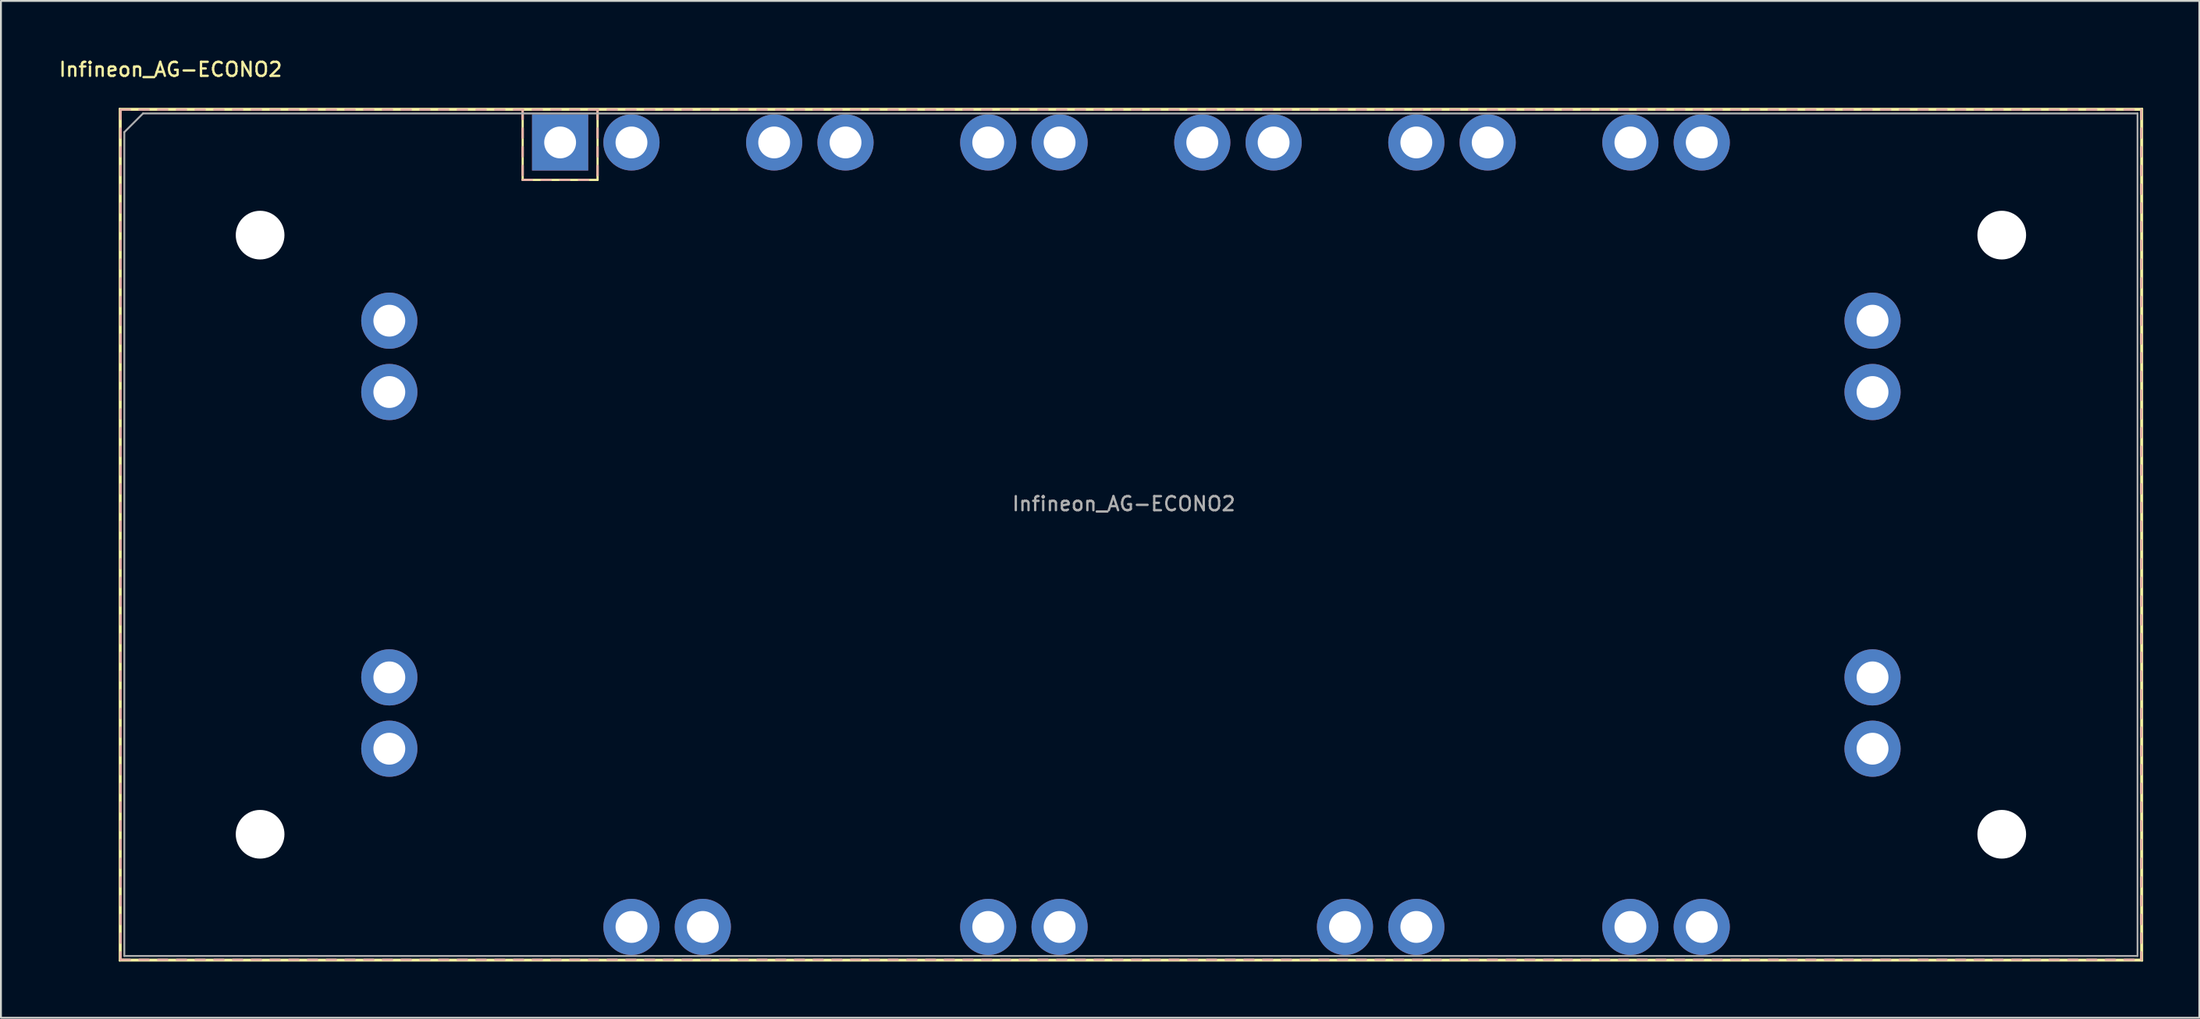
<source format=kicad_pcb>
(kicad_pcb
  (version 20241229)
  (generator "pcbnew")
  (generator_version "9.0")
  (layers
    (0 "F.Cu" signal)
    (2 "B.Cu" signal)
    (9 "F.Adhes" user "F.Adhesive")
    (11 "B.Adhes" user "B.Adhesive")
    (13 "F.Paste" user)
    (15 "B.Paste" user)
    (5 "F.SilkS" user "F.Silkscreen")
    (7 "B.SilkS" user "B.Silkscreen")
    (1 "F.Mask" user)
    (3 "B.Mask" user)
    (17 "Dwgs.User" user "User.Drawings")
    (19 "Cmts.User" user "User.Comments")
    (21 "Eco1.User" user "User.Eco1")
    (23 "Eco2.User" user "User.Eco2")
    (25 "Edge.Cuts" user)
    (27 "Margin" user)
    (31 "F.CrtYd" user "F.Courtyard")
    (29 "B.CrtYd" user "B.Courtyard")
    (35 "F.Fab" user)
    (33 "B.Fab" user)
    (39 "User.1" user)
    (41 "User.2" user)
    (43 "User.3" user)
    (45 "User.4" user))
  (footprint "Infineon_AG-ECONO2"
    (layer "F.Cu")
    (at 26.859 4.558)
    (property "Reference" "Infineon_AG-ECONO2" (at -20.8 -3.9 0) (layer "F.SilkS") (effects (font (size 0.75 0.75) (thickness 0.125))))
    (attr through_hole)
    (fp_line (start -23.52 -1.8) (end 84.48 -1.8) (stroke (width 0.1) (type solid)) (layer "F.SilkS"))
    (fp_line (start -23.52 43.7) (end -23.52 -1.8) (stroke (width 0.1) (type solid)) (layer "F.SilkS"))
    (fp_line (start -23.47 -1.75) (end 84.43 -1.75) (stroke (width 0.12) (type solid)) (layer "F.SilkS"))
    (fp_line (start -23.47 43.65) (end -23.47 -1.75) (stroke (width 0.12) (type solid)) (layer "F.SilkS"))
    (fp_line (start -2 2) (end -2 -1.75) (stroke (width 0.12) (type solid)) (layer "F.SilkS"))
    (fp_line (start 2 -1.75) (end 2 1.75) (stroke (width 0.12) (type solid)) (layer "F.SilkS"))
    (fp_line (start 2 1.75) (end 2 2) (stroke (width 0.12) (type solid)) (layer "F.SilkS"))
    (fp_line (start 2 2) (end -2 2) (stroke (width 0.12) (type solid)) (layer "F.SilkS"))
    (fp_line (start 84.43 -1.75) (end 84.43 43.65) (stroke (width 0.12) (type solid)) (layer "F.SilkS"))
    (fp_line (start 84.43 43.65) (end -23.47 43.65) (stroke (width 0.12) (type solid)) (layer "F.SilkS"))
    (fp_line (start 84.48 -1.8) (end 84.48 43.7) (stroke (width 0.1) (type solid)) (layer "F.SilkS"))
    (fp_line (start 84.48 43.7) (end -23.52 43.7) (stroke (width 0.1) (type solid)) (layer "F.SilkS"))
    (fp_line (start -23.47 -1.75) (end -23.47 -1.25) (stroke (width 0.12) (type solid)) (layer "B.SilkS"))
    (fp_line (start -23.47 -1.75) (end -22.97 -1.75) (stroke (width 0.12) (type solid)) (layer "B.SilkS"))
    (fp_line (start -23.47 -0.75) (end -23.47 -0.25) (stroke (width 0.12) (type solid)) (layer "B.SilkS"))
    (fp_line (start -23.47 0.25) (end -23.47 0.75) (stroke (width 0.12) (type solid)) (layer "B.SilkS"))
    (fp_line (start -23.47 1.25) (end -23.47 1.75) (stroke (width 0.12) (type solid)) (layer "B.SilkS"))
    (fp_line (start -23.47 2.25) (end -23.47 2.75) (stroke (width 0.12) (type solid)) (layer "B.SilkS"))
    (fp_line (start -23.47 3.25) (end -23.47 3.75) (stroke (width 0.12) (type solid)) (layer "B.SilkS"))
    (fp_line (start -23.47 4.25) (end -23.47 4.75) (stroke (width 0.12) (type solid)) (layer "B.SilkS"))
    (fp_line (start -23.47 5.25) (end -23.47 5.75) (stroke (width 0.12) (type solid)) (layer "B.SilkS"))
    (fp_line (start -23.47 6.25) (end -23.47 6.75) (stroke (width 0.12) (type solid)) (layer "B.SilkS"))
    (fp_line (start -23.47 7.25) (end -23.47 7.75) (stroke (width 0.12) (type solid)) (layer "B.SilkS"))
    (fp_line (start -23.47 8.25) (end -23.47 8.75) (stroke (width 0.12) (type solid)) (layer "B.SilkS"))
    (fp_line (start -23.47 9.25) (end -23.47 9.75) (stroke (width 0.12) (type solid)) (layer "B.SilkS"))
    (fp_line (start -23.47 10.25) (end -23.47 10.75) (stroke (width 0.12) (type solid)) (layer "B.SilkS"))
    (fp_line (start -23.47 11.25) (end -23.47 11.75) (stroke (width 0.12) (type solid)) (layer "B.SilkS"))
    (fp_line (start -23.47 12.25) (end -23.47 12.75) (stroke (width 0.12) (type solid)) (layer "B.SilkS"))
    (fp_line (start -23.47 13.25) (end -23.47 13.75) (stroke (width 0.12) (type solid)) (layer "B.SilkS"))
    (fp_line (start -23.47 14.25) (end -23.47 14.75) (stroke (width 0.12) (type solid)) (layer "B.SilkS"))
    (fp_line (start -23.47 15.25) (end -23.47 15.75) (stroke (width 0.12) (type solid)) (layer "B.SilkS"))
    (fp_line (start -23.47 16.25) (end -23.47 16.75) (stroke (width 0.12) (type solid)) (layer "B.SilkS"))
    (fp_line (start -23.47 17.25) (end -23.47 17.75) (stroke (width 0.12) (type solid)) (layer "B.SilkS"))
    (fp_line (start -23.47 18.25) (end -23.47 18.75) (stroke (width 0.12) (type solid)) (layer "B.SilkS"))
    (fp_line (start -23.47 19.25) (end -23.47 19.75) (stroke (width 0.12) (type solid)) (layer "B.SilkS"))
    (fp_line (start -23.47 20.25) (end -23.47 20.75) (stroke (width 0.12) (type solid)) (layer "B.SilkS"))
    (fp_line (start -23.47 21.25) (end -23.47 21.75) (stroke (width 0.12) (type solid)) (layer "B.SilkS"))
    (fp_line (start -23.47 22.25) (end -23.47 22.75) (stroke (width 0.12) (type solid)) (layer "B.SilkS"))
    (fp_line (start -23.47 23.25) (end -23.47 23.75) (stroke (width 0.12) (type solid)) (layer "B.SilkS"))
    (fp_line (start -23.47 24.25) (end -23.47 24.75) (stroke (width 0.12) (type solid)) (layer "B.SilkS"))
    (fp_line (start -23.47 25.25) (end -23.47 25.75) (stroke (width 0.12) (type solid)) (layer "B.SilkS"))
    (fp_line (start -23.47 26.25) (end -23.47 26.75) (stroke (width 0.12) (type solid)) (layer "B.SilkS"))
    (fp_line (start -23.47 27.25) (end -23.47 27.75) (stroke (width 0.12) (type solid)) (layer "B.SilkS"))
    (fp_line (start -23.47 28.25) (end -23.47 28.75) (stroke (width 0.12) (type solid)) (layer "B.SilkS"))
    (fp_line (start -23.47 29.25) (end -23.47 29.75) (stroke (width 0.12) (type solid)) (layer "B.SilkS"))
    (fp_line (start -23.47 30.25) (end -23.47 30.75) (stroke (width 0.12) (type solid)) (layer "B.SilkS"))
    (fp_line (start -23.47 31.25) (end -23.47 31.75) (stroke (width 0.12) (type solid)) (layer "B.SilkS"))
    (fp_line (start -23.47 32.25) (end -23.47 32.75) (stroke (width 0.12) (type solid)) (layer "B.SilkS"))
    (fp_line (start -23.47 33.25) (end -23.47 33.75) (stroke (width 0.12) (type solid)) (layer "B.SilkS"))
    (fp_line (start -23.47 34.25) (end -23.47 34.75) (stroke (width 0.12) (type solid)) (layer "B.SilkS"))
    (fp_line (start -23.47 35.25) (end -23.47 35.75) (stroke (width 0.12) (type solid)) (layer "B.SilkS"))
    (fp_line (start -23.47 36.25) (end -23.47 36.75) (stroke (width 0.12) (type solid)) (layer "B.SilkS"))
    (fp_line (start -23.47 37.25) (end -23.47 37.75) (stroke (width 0.12) (type solid)) (layer "B.SilkS"))
    (fp_line (start -23.47 38.25) (end -23.47 38.75) (stroke (width 0.12) (type solid)) (layer "B.SilkS"))
    (fp_line (start -23.47 39.25) (end -23.47 39.75) (stroke (width 0.12) (type solid)) (layer "B.SilkS"))
    (fp_line (start -23.47 40.25) (end -23.47 40.75) (stroke (width 0.12) (type solid)) (layer "B.SilkS"))
    (fp_line (start -23.47 41.25) (end -23.47 41.75) (stroke (width 0.12) (type solid)) (layer "B.SilkS"))
    (fp_line (start -23.47 42.25) (end -23.47 42.75) (stroke (width 0.12) (type solid)) (layer "B.SilkS"))
    (fp_line (start -23.47 43.25) (end -23.47 43.65) (stroke (width 0.12) (type solid)) (layer "B.SilkS"))
    (fp_line (start -23.47 43.65) (end -22.97 43.65) (stroke (width 0.12) (type solid)) (layer "B.SilkS"))
    (fp_line (start -22.47 -1.75) (end -21.97 -1.75) (stroke (width 0.12) (type solid)) (layer "B.SilkS"))
    (fp_line (start -22.47 43.65) (end -21.97 43.65) (stroke (width 0.12) (type solid)) (layer "B.SilkS"))
    (fp_line (start -21.47 -1.75) (end -20.97 -1.75) (stroke (width 0.12) (type solid)) (layer "B.SilkS"))
    (fp_line (start -21.47 43.65) (end -20.97 43.65) (stroke (width 0.12) (type solid)) (layer "B.SilkS"))
    (fp_line (start -20.47 -1.75) (end -19.97 -1.75) (stroke (width 0.12) (type solid)) (layer "B.SilkS"))
    (fp_line (start -20.47 43.65) (end -19.97 43.65) (stroke (width 0.12) (type solid)) (layer "B.SilkS"))
    (fp_line (start -19.47 -1.75) (end -18.97 -1.75) (stroke (width 0.12) (type solid)) (layer "B.SilkS"))
    (fp_line (start -19.47 43.65) (end -18.97 43.65) (stroke (width 0.12) (type solid)) (layer "B.SilkS"))
    (fp_line (start -18.47 -1.75) (end -17.97 -1.75) (stroke (width 0.12) (type solid)) (layer "B.SilkS"))
    (fp_line (start -18.47 43.65) (end -17.97 43.65) (stroke (width 0.12) (type solid)) (layer "B.SilkS"))
    (fp_line (start -17.47 -1.75) (end -16.97 -1.75) (stroke (width 0.12) (type solid)) (layer "B.SilkS"))
    (fp_line (start -17.47 43.65) (end -16.97 43.65) (stroke (width 0.12) (type solid)) (layer "B.SilkS"))
    (fp_line (start -16.47 -1.75) (end -15.97 -1.75) (stroke (width 0.12) (type solid)) (layer "B.SilkS"))
    (fp_line (start -16.47 43.65) (end -15.97 43.65) (stroke (width 0.12) (type solid)) (layer "B.SilkS"))
    (fp_line (start -15.47 -1.75) (end -14.97 -1.75) (stroke (width 0.12) (type solid)) (layer "B.SilkS"))
    (fp_line (start -15.47 43.65) (end -14.97 43.65) (stroke (width 0.12) (type solid)) (layer "B.SilkS"))
    (fp_line (start -14.47 -1.75) (end -13.97 -1.75) (stroke (width 0.12) (type solid)) (layer "B.SilkS"))
    (fp_line (start -14.47 43.65) (end -13.97 43.65) (stroke (width 0.12) (type solid)) (layer "B.SilkS"))
    (fp_line (start -13.47 -1.75) (end -12.97 -1.75) (stroke (width 0.12) (type solid)) (layer "B.SilkS"))
    (fp_line (start -13.47 43.65) (end -12.97 43.65) (stroke (width 0.12) (type solid)) (layer "B.SilkS"))
    (fp_line (start -12.47 -1.75) (end -11.97 -1.75) (stroke (width 0.12) (type solid)) (layer "B.SilkS"))
    (fp_line (start -12.47 43.65) (end -11.97 43.65) (stroke (width 0.12) (type solid)) (layer "B.SilkS"))
    (fp_line (start -11.47 -1.75) (end -10.97 -1.75) (stroke (width 0.12) (type solid)) (layer "B.SilkS"))
    (fp_line (start -11.47 43.65) (end -10.97 43.65) (stroke (width 0.12) (type solid)) (layer "B.SilkS"))
    (fp_line (start -10.47 -1.75) (end -9.97 -1.75) (stroke (width 0.12) (type solid)) (layer "B.SilkS"))
    (fp_line (start -10.47 43.65) (end -9.97 43.65) (stroke (width 0.12) (type solid)) (layer "B.SilkS"))
    (fp_line (start -9.47 -1.75) (end -8.97 -1.75) (stroke (width 0.12) (type solid)) (layer "B.SilkS"))
    (fp_line (start -9.47 43.65) (end -8.97 43.65) (stroke (width 0.12) (type solid)) (layer "B.SilkS"))
    (fp_line (start -8.47 -1.75) (end -7.97 -1.75) (stroke (width 0.12) (type solid)) (layer "B.SilkS"))
    (fp_line (start -8.47 43.65) (end -7.97 43.65) (stroke (width 0.12) (type solid)) (layer "B.SilkS"))
    (fp_line (start -7.47 -1.75) (end -6.97 -1.75) (stroke (width 0.12) (type solid)) (layer "B.SilkS"))
    (fp_line (start -7.47 43.65) (end -6.97 43.65) (stroke (width 0.12) (type solid)) (layer "B.SilkS"))
    (fp_line (start -6.47 -1.75) (end -5.97 -1.75) (stroke (width 0.12) (type solid)) (layer "B.SilkS"))
    (fp_line (start -6.47 43.65) (end -5.97 43.65) (stroke (width 0.12) (type solid)) (layer "B.SilkS"))
    (fp_line (start -5.47 -1.75) (end -4.97 -1.75) (stroke (width 0.12) (type solid)) (layer "B.SilkS"))
    (fp_line (start -5.47 43.65) (end -4.97 43.65) (stroke (width 0.12) (type solid)) (layer "B.SilkS"))
    (fp_line (start -4.47 -1.75) (end -3.97 -1.75) (stroke (width 0.12) (type solid)) (layer "B.SilkS"))
    (fp_line (start -4.47 43.65) (end -3.97 43.65) (stroke (width 0.12) (type solid)) (layer "B.SilkS"))
    (fp_line (start -3.47 -1.75) (end -2.97 -1.75) (stroke (width 0.12) (type solid)) (layer "B.SilkS"))
    (fp_line (start -3.47 43.65) (end -2.97 43.65) (stroke (width 0.12) (type solid)) (layer "B.SilkS"))
    (fp_line (start -2.47 -1.75) (end -1.97 -1.75) (stroke (width 0.12) (type solid)) (layer "B.SilkS"))
    (fp_line (start -2.47 43.65) (end -1.97 43.65) (stroke (width 0.12) (type solid)) (layer "B.SilkS"))
    (fp_line (start -2 -1.75) (end -2 -1.25) (stroke (width 0.12) (type solid)) (layer "B.SilkS"))
    (fp_line (start -2 -0.75) (end -2 -0.25) (stroke (width 0.12) (type solid)) (layer "B.SilkS"))
    (fp_line (start -2 0.25) (end -2 0.75) (stroke (width 0.12) (type solid)) (layer "B.SilkS"))
    (fp_line (start -2 1.25) (end -2 1.75) (stroke (width 0.12) (type solid)) (layer "B.SilkS"))
    (fp_line (start -2 2) (end -1.5 2) (stroke (width 0.12) (type solid)) (layer "B.SilkS"))
    (fp_line (start -1.47 -1.75) (end -0.97 -1.75) (stroke (width 0.12) (type solid)) (layer "B.SilkS"))
    (fp_line (start -1.47 43.65) (end -0.97 43.65) (stroke (width 0.12) (type solid)) (layer "B.SilkS"))
    (fp_line (start -1 2) (end -0.5 2) (stroke (width 0.12) (type solid)) (layer "B.SilkS"))
    (fp_line (start -0.47 -1.75) (end 0.03 -1.75) (stroke (width 0.12) (type solid)) (layer "B.SilkS"))
    (fp_line (start -0.47 43.65) (end 0.03 43.65) (stroke (width 0.12) (type solid)) (layer "B.SilkS"))
    (fp_line (start 0 2) (end 0.5 2) (stroke (width 0.12) (type solid)) (layer "B.SilkS"))
    (fp_line (start 0.53 -1.75) (end 1.03 -1.75) (stroke (width 0.12) (type solid)) (layer "B.SilkS"))
    (fp_line (start 0.53 43.65) (end 1.03 43.65) (stroke (width 0.12) (type solid)) (layer "B.SilkS"))
    (fp_line (start 1 2) (end 1.5 2) (stroke (width 0.12) (type solid)) (layer "B.SilkS"))
    (fp_line (start 1.53 -1.75) (end 2.03 -1.75) (stroke (width 0.12) (type solid)) (layer "B.SilkS"))
    (fp_line (start 1.53 43.65) (end 2.03 43.65) (stroke (width 0.12) (type solid)) (layer "B.SilkS"))
    (fp_line (start 2 -1.75) (end 2 -1.25) (stroke (width 0.12) (type solid)) (layer "B.SilkS"))
    (fp_line (start 2 -0.75) (end 2 -0.25) (stroke (width 0.12) (type solid)) (layer "B.SilkS"))
    (fp_line (start 2 0.25) (end 2 0.75) (stroke (width 0.12) (type solid)) (layer "B.SilkS"))
    (fp_line (start 2 1.25) (end 2 1.75) (stroke (width 0.12) (type solid)) (layer "B.SilkS"))
    (fp_line (start 2.53 -1.75) (end 3.03 -1.75) (stroke (width 0.12) (type solid)) (layer "B.SilkS"))
    (fp_line (start 2.53 43.65) (end 3.03 43.65) (stroke (width 0.12) (type solid)) (layer "B.SilkS"))
    (fp_line (start 3.53 -1.75) (end 4.03 -1.75) (stroke (width 0.12) (type solid)) (layer "B.SilkS"))
    (fp_line (start 3.53 43.65) (end 4.03 43.65) (stroke (width 0.12) (type solid)) (layer "B.SilkS"))
    (fp_line (start 4.53 -1.75) (end 5.03 -1.75) (stroke (width 0.12) (type solid)) (layer "B.SilkS"))
    (fp_line (start 4.53 43.65) (end 5.03 43.65) (stroke (width 0.12) (type solid)) (layer "B.SilkS"))
    (fp_line (start 5.53 -1.75) (end 6.03 -1.75) (stroke (width 0.12) (type solid)) (layer "B.SilkS"))
    (fp_line (start 5.53 43.65) (end 6.03 43.65) (stroke (width 0.12) (type solid)) (layer "B.SilkS"))
    (fp_line (start 6.53 -1.75) (end 7.03 -1.75) (stroke (width 0.12) (type solid)) (layer "B.SilkS"))
    (fp_line (start 6.53 43.65) (end 7.03 43.65) (stroke (width 0.12) (type solid)) (layer "B.SilkS"))
    (fp_line (start 7.53 -1.75) (end 8.03 -1.75) (stroke (width 0.12) (type solid)) (layer "B.SilkS"))
    (fp_line (start 7.53 43.65) (end 8.03 43.65) (stroke (width 0.12) (type solid)) (layer "B.SilkS"))
    (fp_line (start 8.53 -1.75) (end 9.03 -1.75) (stroke (width 0.12) (type solid)) (layer "B.SilkS"))
    (fp_line (start 8.53 43.65) (end 9.03 43.65) (stroke (width 0.12) (type solid)) (layer "B.SilkS"))
    (fp_line (start 9.53 -1.75) (end 10.03 -1.75) (stroke (width 0.12) (type solid)) (layer "B.SilkS"))
    (fp_line (start 9.53 43.65) (end 10.03 43.65) (stroke (width 0.12) (type solid)) (layer "B.SilkS"))
    (fp_line (start 10.53 -1.75) (end 11.03 -1.75) (stroke (width 0.12) (type solid)) (layer "B.SilkS"))
    (fp_line (start 10.53 43.65) (end 11.03 43.65) (stroke (width 0.12) (type solid)) (layer "B.SilkS"))
    (fp_line (start 11.53 -1.75) (end 12.03 -1.75) (stroke (width 0.12) (type solid)) (layer "B.SilkS"))
    (fp_line (start 11.53 43.65) (end 12.03 43.65) (stroke (width 0.12) (type solid)) (layer "B.SilkS"))
    (fp_line (start 12.53 -1.75) (end 13.03 -1.75) (stroke (width 0.12) (type solid)) (layer "B.SilkS"))
    (fp_line (start 12.53 43.65) (end 13.03 43.65) (stroke (width 0.12) (type solid)) (layer "B.SilkS"))
    (fp_line (start 13.53 -1.75) (end 14.03 -1.75) (stroke (width 0.12) (type solid)) (layer "B.SilkS"))
    (fp_line (start 13.53 43.65) (end 14.03 43.65) (stroke (width 0.12) (type solid)) (layer "B.SilkS"))
    (fp_line (start 14.53 -1.75) (end 15.03 -1.75) (stroke (width 0.12) (type solid)) (layer "B.SilkS"))
    (fp_line (start 14.53 43.65) (end 15.03 43.65) (stroke (width 0.12) (type solid)) (layer "B.SilkS"))
    (fp_line (start 15.53 -1.75) (end 16.03 -1.75) (stroke (width 0.12) (type solid)) (layer "B.SilkS"))
    (fp_line (start 15.53 43.65) (end 16.03 43.65) (stroke (width 0.12) (type solid)) (layer "B.SilkS"))
    (fp_line (start 16.53 -1.75) (end 17.03 -1.75) (stroke (width 0.12) (type solid)) (layer "B.SilkS"))
    (fp_line (start 16.53 43.65) (end 17.03 43.65) (stroke (width 0.12) (type solid)) (layer "B.SilkS"))
    (fp_line (start 17.53 -1.75) (end 18.03 -1.75) (stroke (width 0.12) (type solid)) (layer "B.SilkS"))
    (fp_line (start 17.53 43.65) (end 18.03 43.65) (stroke (width 0.12) (type solid)) (layer "B.SilkS"))
    (fp_line (start 18.53 -1.75) (end 19.03 -1.75) (stroke (width 0.12) (type solid)) (layer "B.SilkS"))
    (fp_line (start 18.53 43.65) (end 19.03 43.65) (stroke (width 0.12) (type solid)) (layer "B.SilkS"))
    (fp_line (start 19.53 -1.75) (end 20.03 -1.75) (stroke (width 0.12) (type solid)) (layer "B.SilkS"))
    (fp_line (start 19.53 43.65) (end 20.03 43.65) (stroke (width 0.12) (type solid)) (layer "B.SilkS"))
    (fp_line (start 20.53 -1.75) (end 21.03 -1.75) (stroke (width 0.12) (type solid)) (layer "B.SilkS"))
    (fp_line (start 20.53 43.65) (end 21.03 43.65) (stroke (width 0.12) (type solid)) (layer "B.SilkS"))
    (fp_line (start 21.53 -1.75) (end 22.03 -1.75) (stroke (width 0.12) (type solid)) (layer "B.SilkS"))
    (fp_line (start 21.53 43.65) (end 22.03 43.65) (stroke (width 0.12) (type solid)) (layer "B.SilkS"))
    (fp_line (start 22.53 -1.75) (end 23.03 -1.75) (stroke (width 0.12) (type solid)) (layer "B.SilkS"))
    (fp_line (start 22.53 43.65) (end 23.03 43.65) (stroke (width 0.12) (type solid)) (layer "B.SilkS"))
    (fp_line (start 23.53 -1.75) (end 24.03 -1.75) (stroke (width 0.12) (type solid)) (layer "B.SilkS"))
    (fp_line (start 23.53 43.65) (end 24.03 43.65) (stroke (width 0.12) (type solid)) (layer "B.SilkS"))
    (fp_line (start 24.53 -1.75) (end 25.03 -1.75) (stroke (width 0.12) (type solid)) (layer "B.SilkS"))
    (fp_line (start 24.53 43.65) (end 25.03 43.65) (stroke (width 0.12) (type solid)) (layer "B.SilkS"))
    (fp_line (start 25.53 -1.75) (end 26.03 -1.75) (stroke (width 0.12) (type solid)) (layer "B.SilkS"))
    (fp_line (start 25.53 43.65) (end 26.03 43.65) (stroke (width 0.12) (type solid)) (layer "B.SilkS"))
    (fp_line (start 26.53 -1.75) (end 27.03 -1.75) (stroke (width 0.12) (type solid)) (layer "B.SilkS"))
    (fp_line (start 26.53 43.65) (end 27.03 43.65) (stroke (width 0.12) (type solid)) (layer "B.SilkS"))
    (fp_line (start 27.53 -1.75) (end 28.03 -1.75) (stroke (width 0.12) (type solid)) (layer "B.SilkS"))
    (fp_line (start 27.53 43.65) (end 28.03 43.65) (stroke (width 0.12) (type solid)) (layer "B.SilkS"))
    (fp_line (start 28.53 -1.75) (end 29.03 -1.75) (stroke (width 0.12) (type solid)) (layer "B.SilkS"))
    (fp_line (start 28.53 43.65) (end 29.03 43.65) (stroke (width 0.12) (type solid)) (layer "B.SilkS"))
    (fp_line (start 29.53 -1.75) (end 30.03 -1.75) (stroke (width 0.12) (type solid)) (layer "B.SilkS"))
    (fp_line (start 29.53 43.65) (end 30.03 43.65) (stroke (width 0.12) (type solid)) (layer "B.SilkS"))
    (fp_line (start 30.53 -1.75) (end 31.03 -1.75) (stroke (width 0.12) (type solid)) (layer "B.SilkS"))
    (fp_line (start 30.53 43.65) (end 31.03 43.65) (stroke (width 0.12) (type solid)) (layer "B.SilkS"))
    (fp_line (start 31.53 -1.75) (end 32.03 -1.75) (stroke (width 0.12) (type solid)) (layer "B.SilkS"))
    (fp_line (start 31.53 43.65) (end 32.03 43.65) (stroke (width 0.12) (type solid)) (layer "B.SilkS"))
    (fp_line (start 32.53 -1.75) (end 33.03 -1.75) (stroke (width 0.12) (type solid)) (layer "B.SilkS"))
    (fp_line (start 32.53 43.65) (end 33.03 43.65) (stroke (width 0.12) (type solid)) (layer "B.SilkS"))
    (fp_line (start 33.53 -1.75) (end 34.03 -1.75) (stroke (width 0.12) (type solid)) (layer "B.SilkS"))
    (fp_line (start 33.53 43.65) (end 34.03 43.65) (stroke (width 0.12) (type solid)) (layer "B.SilkS"))
    (fp_line (start 34.53 -1.75) (end 35.03 -1.75) (stroke (width 0.12) (type solid)) (layer "B.SilkS"))
    (fp_line (start 34.53 43.65) (end 35.03 43.65) (stroke (width 0.12) (type solid)) (layer "B.SilkS"))
    (fp_line (start 35.53 -1.75) (end 36.03 -1.75) (stroke (width 0.12) (type solid)) (layer "B.SilkS"))
    (fp_line (start 35.53 43.65) (end 36.03 43.65) (stroke (width 0.12) (type solid)) (layer "B.SilkS"))
    (fp_line (start 36.53 -1.75) (end 37.03 -1.75) (stroke (width 0.12) (type solid)) (layer "B.SilkS"))
    (fp_line (start 36.53 43.65) (end 37.03 43.65) (stroke (width 0.12) (type solid)) (layer "B.SilkS"))
    (fp_line (start 37.53 -1.75) (end 38.03 -1.75) (stroke (width 0.12) (type solid)) (layer "B.SilkS"))
    (fp_line (start 37.53 43.65) (end 38.03 43.65) (stroke (width 0.12) (type solid)) (layer "B.SilkS"))
    (fp_line (start 38.53 -1.75) (end 39.03 -1.75) (stroke (width 0.12) (type solid)) (layer "B.SilkS"))
    (fp_line (start 38.53 43.65) (end 39.03 43.65) (stroke (width 0.12) (type solid)) (layer "B.SilkS"))
    (fp_line (start 39.53 -1.75) (end 40.03 -1.75) (stroke (width 0.12) (type solid)) (layer "B.SilkS"))
    (fp_line (start 39.53 43.65) (end 40.03 43.65) (stroke (width 0.12) (type solid)) (layer "B.SilkS"))
    (fp_line (start 40.53 -1.75) (end 41.03 -1.75) (stroke (width 0.12) (type solid)) (layer "B.SilkS"))
    (fp_line (start 40.53 43.65) (end 41.03 43.65) (stroke (width 0.12) (type solid)) (layer "B.SilkS"))
    (fp_line (start 41.53 -1.75) (end 42.03 -1.75) (stroke (width 0.12) (type solid)) (layer "B.SilkS"))
    (fp_line (start 41.53 43.65) (end 42.03 43.65) (stroke (width 0.12) (type solid)) (layer "B.SilkS"))
    (fp_line (start 42.53 -1.75) (end 43.03 -1.75) (stroke (width 0.12) (type solid)) (layer "B.SilkS"))
    (fp_line (start 42.53 43.65) (end 43.03 43.65) (stroke (width 0.12) (type solid)) (layer "B.SilkS"))
    (fp_line (start 43.53 -1.75) (end 44.03 -1.75) (stroke (width 0.12) (type solid)) (layer "B.SilkS"))
    (fp_line (start 43.53 43.65) (end 44.03 43.65) (stroke (width 0.12) (type solid)) (layer "B.SilkS"))
    (fp_line (start 44.53 -1.75) (end 45.03 -1.75) (stroke (width 0.12) (type solid)) (layer "B.SilkS"))
    (fp_line (start 44.53 43.65) (end 45.03 43.65) (stroke (width 0.12) (type solid)) (layer "B.SilkS"))
    (fp_line (start 45.53 -1.75) (end 46.03 -1.75) (stroke (width 0.12) (type solid)) (layer "B.SilkS"))
    (fp_line (start 45.53 43.65) (end 46.03 43.65) (stroke (width 0.12) (type solid)) (layer "B.SilkS"))
    (fp_line (start 46.53 -1.75) (end 47.03 -1.75) (stroke (width 0.12) (type solid)) (layer "B.SilkS"))
    (fp_line (start 46.53 43.65) (end 47.03 43.65) (stroke (width 0.12) (type solid)) (layer "B.SilkS"))
    (fp_line (start 47.53 -1.75) (end 48.03 -1.75) (stroke (width 0.12) (type solid)) (layer "B.SilkS"))
    (fp_line (start 47.53 43.65) (end 48.03 43.65) (stroke (width 0.12) (type solid)) (layer "B.SilkS"))
    (fp_line (start 48.53 -1.75) (end 49.03 -1.75) (stroke (width 0.12) (type solid)) (layer "B.SilkS"))
    (fp_line (start 48.53 43.65) (end 49.03 43.65) (stroke (width 0.12) (type solid)) (layer "B.SilkS"))
    (fp_line (start 49.53 -1.75) (end 50.03 -1.75) (stroke (width 0.12) (type solid)) (layer "B.SilkS"))
    (fp_line (start 49.53 43.65) (end 50.03 43.65) (stroke (width 0.12) (type solid)) (layer "B.SilkS"))
    (fp_line (start 50.53 -1.75) (end 51.03 -1.75) (stroke (width 0.12) (type solid)) (layer "B.SilkS"))
    (fp_line (start 50.53 43.65) (end 51.03 43.65) (stroke (width 0.12) (type solid)) (layer "B.SilkS"))
    (fp_line (start 51.53 -1.75) (end 52.03 -1.75) (stroke (width 0.12) (type solid)) (layer "B.SilkS"))
    (fp_line (start 51.53 43.65) (end 52.03 43.65) (stroke (width 0.12) (type solid)) (layer "B.SilkS"))
    (fp_line (start 52.53 -1.75) (end 53.03 -1.75) (stroke (width 0.12) (type solid)) (layer "B.SilkS"))
    (fp_line (start 52.53 43.65) (end 53.03 43.65) (stroke (width 0.12) (type solid)) (layer "B.SilkS"))
    (fp_line (start 53.53 -1.75) (end 54.03 -1.75) (stroke (width 0.12) (type solid)) (layer "B.SilkS"))
    (fp_line (start 53.53 43.65) (end 54.03 43.65) (stroke (width 0.12) (type solid)) (layer "B.SilkS"))
    (fp_line (start 54.53 -1.75) (end 55.03 -1.75) (stroke (width 0.12) (type solid)) (layer "B.SilkS"))
    (fp_line (start 54.53 43.65) (end 55.03 43.65) (stroke (width 0.12) (type solid)) (layer "B.SilkS"))
    (fp_line (start 55.53 -1.75) (end 56.03 -1.75) (stroke (width 0.12) (type solid)) (layer "B.SilkS"))
    (fp_line (start 55.53 43.65) (end 56.03 43.65) (stroke (width 0.12) (type solid)) (layer "B.SilkS"))
    (fp_line (start 56.53 -1.75) (end 57.03 -1.75) (stroke (width 0.12) (type solid)) (layer "B.SilkS"))
    (fp_line (start 56.53 43.65) (end 57.03 43.65) (stroke (width 0.12) (type solid)) (layer "B.SilkS"))
    (fp_line (start 57.53 -1.75) (end 58.03 -1.75) (stroke (width 0.12) (type solid)) (layer "B.SilkS"))
    (fp_line (start 57.53 43.65) (end 58.03 43.65) (stroke (width 0.12) (type solid)) (layer "B.SilkS"))
    (fp_line (start 58.53 -1.75) (end 59.03 -1.75) (stroke (width 0.12) (type solid)) (layer "B.SilkS"))
    (fp_line (start 58.53 43.65) (end 59.03 43.65) (stroke (width 0.12) (type solid)) (layer "B.SilkS"))
    (fp_line (start 59.53 -1.75) (end 60.03 -1.75) (stroke (width 0.12) (type solid)) (layer "B.SilkS"))
    (fp_line (start 59.53 43.65) (end 60.03 43.65) (stroke (width 0.12) (type solid)) (layer "B.SilkS"))
    (fp_line (start 60.53 -1.75) (end 61.03 -1.75) (stroke (width 0.12) (type solid)) (layer "B.SilkS"))
    (fp_line (start 60.53 43.65) (end 61.03 43.65) (stroke (width 0.12) (type solid)) (layer "B.SilkS"))
    (fp_line (start 61.53 -1.75) (end 62.03 -1.75) (stroke (width 0.12) (type solid)) (layer "B.SilkS"))
    (fp_line (start 61.53 43.65) (end 62.03 43.65) (stroke (width 0.12) (type solid)) (layer "B.SilkS"))
    (fp_line (start 62.53 -1.75) (end 63.03 -1.75) (stroke (width 0.12) (type solid)) (layer "B.SilkS"))
    (fp_line (start 62.53 43.65) (end 63.03 43.65) (stroke (width 0.12) (type solid)) (layer "B.SilkS"))
    (fp_line (start 63.53 -1.75) (end 64.03 -1.75) (stroke (width 0.12) (type solid)) (layer "B.SilkS"))
    (fp_line (start 63.53 43.65) (end 64.03 43.65) (stroke (width 0.12) (type solid)) (layer "B.SilkS"))
    (fp_line (start 64.53 -1.75) (end 65.03 -1.75) (stroke (width 0.12) (type solid)) (layer "B.SilkS"))
    (fp_line (start 64.53 43.65) (end 65.03 43.65) (stroke (width 0.12) (type solid)) (layer "B.SilkS"))
    (fp_line (start 65.53 -1.75) (end 66.03 -1.75) (stroke (width 0.12) (type solid)) (layer "B.SilkS"))
    (fp_line (start 65.53 43.65) (end 66.03 43.65) (stroke (width 0.12) (type solid)) (layer "B.SilkS"))
    (fp_line (start 66.53 -1.75) (end 67.03 -1.75) (stroke (width 0.12) (type solid)) (layer "B.SilkS"))
    (fp_line (start 66.53 43.65) (end 67.03 43.65) (stroke (width 0.12) (type solid)) (layer "B.SilkS"))
    (fp_line (start 67.53 -1.75) (end 68.03 -1.75) (stroke (width 0.12) (type solid)) (layer "B.SilkS"))
    (fp_line (start 67.53 43.65) (end 68.03 43.65) (stroke (width 0.12) (type solid)) (layer "B.SilkS"))
    (fp_line (start 68.53 -1.75) (end 69.03 -1.75) (stroke (width 0.12) (type solid)) (layer "B.SilkS"))
    (fp_line (start 68.53 43.65) (end 69.03 43.65) (stroke (width 0.12) (type solid)) (layer "B.SilkS"))
    (fp_line (start 69.53 -1.75) (end 70.03 -1.75) (stroke (width 0.12) (type solid)) (layer "B.SilkS"))
    (fp_line (start 69.53 43.65) (end 70.03 43.65) (stroke (width 0.12) (type solid)) (layer "B.SilkS"))
    (fp_line (start 70.53 -1.75) (end 71.03 -1.75) (stroke (width 0.12) (type solid)) (layer "B.SilkS"))
    (fp_line (start 70.53 43.65) (end 71.03 43.65) (stroke (width 0.12) (type solid)) (layer "B.SilkS"))
    (fp_line (start 71.53 -1.75) (end 72.03 -1.75) (stroke (width 0.12) (type solid)) (layer "B.SilkS"))
    (fp_line (start 71.53 43.65) (end 72.03 43.65) (stroke (width 0.12) (type solid)) (layer "B.SilkS"))
    (fp_line (start 72.53 -1.75) (end 73.03 -1.75) (stroke (width 0.12) (type solid)) (layer "B.SilkS"))
    (fp_line (start 72.53 43.65) (end 73.03 43.65) (stroke (width 0.12) (type solid)) (layer "B.SilkS"))
    (fp_line (start 73.53 -1.75) (end 74.03 -1.75) (stroke (width 0.12) (type solid)) (layer "B.SilkS"))
    (fp_line (start 73.53 43.65) (end 74.03 43.65) (stroke (width 0.12) (type solid)) (layer "B.SilkS"))
    (fp_line (start 74.53 -1.75) (end 75.03 -1.75) (stroke (width 0.12) (type solid)) (layer "B.SilkS"))
    (fp_line (start 74.53 43.65) (end 75.03 43.65) (stroke (width 0.12) (type solid)) (layer "B.SilkS"))
    (fp_line (start 75.53 -1.75) (end 76.03 -1.75) (stroke (width 0.12) (type solid)) (layer "B.SilkS"))
    (fp_line (start 75.53 43.65) (end 76.03 43.65) (stroke (width 0.12) (type solid)) (layer "B.SilkS"))
    (fp_line (start 76.53 -1.75) (end 77.03 -1.75) (stroke (width 0.12) (type solid)) (layer "B.SilkS"))
    (fp_line (start 76.53 43.65) (end 77.03 43.65) (stroke (width 0.12) (type solid)) (layer "B.SilkS"))
    (fp_line (start 77.53 -1.75) (end 78.03 -1.75) (stroke (width 0.12) (type solid)) (layer "B.SilkS"))
    (fp_line (start 77.53 43.65) (end 78.03 43.65) (stroke (width 0.12) (type solid)) (layer "B.SilkS"))
    (fp_line (start 78.53 -1.75) (end 79.03 -1.75) (stroke (width 0.12) (type solid)) (layer "B.SilkS"))
    (fp_line (start 78.53 43.65) (end 79.03 43.65) (stroke (width 0.12) (type solid)) (layer "B.SilkS"))
    (fp_line (start 79.53 -1.75) (end 80.03 -1.75) (stroke (width 0.12) (type solid)) (layer "B.SilkS"))
    (fp_line (start 79.53 43.65) (end 80.03 43.65) (stroke (width 0.12) (type solid)) (layer "B.SilkS"))
    (fp_line (start 80.53 -1.75) (end 81.03 -1.75) (stroke (width 0.12) (type solid)) (layer "B.SilkS"))
    (fp_line (start 80.53 43.65) (end 81.03 43.65) (stroke (width 0.12) (type solid)) (layer "B.SilkS"))
    (fp_line (start 81.53 -1.75) (end 82.03 -1.75) (stroke (width 0.12) (type solid)) (layer "B.SilkS"))
    (fp_line (start 81.53 43.65) (end 82.03 43.65) (stroke (width 0.12) (type solid)) (layer "B.SilkS"))
    (fp_line (start 82.53 -1.75) (end 83.03 -1.75) (stroke (width 0.12) (type solid)) (layer "B.SilkS"))
    (fp_line (start 82.53 43.65) (end 83.03 43.65) (stroke (width 0.12) (type solid)) (layer "B.SilkS"))
    (fp_line (start 83.53 -1.75) (end 84.03 -1.75) (stroke (width 0.12) (type solid)) (layer "B.SilkS"))
    (fp_line (start 83.53 43.65) (end 84.03 43.65) (stroke (width 0.12) (type solid)) (layer "B.SilkS"))
    (fp_line (start 84.43 -1.75) (end 84.43 -1.25) (stroke (width 0.12) (type solid)) (layer "B.SilkS"))
    (fp_line (start 84.43 -0.75) (end 84.43 -0.25) (stroke (width 0.12) (type solid)) (layer "B.SilkS"))
    (fp_line (start 84.43 0.25) (end 84.43 0.75) (stroke (width 0.12) (type solid)) (layer "B.SilkS"))
    (fp_line (start 84.43 1.25) (end 84.43 1.75) (stroke (width 0.12) (type solid)) (layer "B.SilkS"))
    (fp_line (start 84.43 2.25) (end 84.43 2.75) (stroke (width 0.12) (type solid)) (layer "B.SilkS"))
    (fp_line (start 84.43 3.25) (end 84.43 3.75) (stroke (width 0.12) (type solid)) (layer "B.SilkS"))
    (fp_line (start 84.43 4.25) (end 84.43 4.75) (stroke (width 0.12) (type solid)) (layer "B.SilkS"))
    (fp_line (start 84.43 5.25) (end 84.43 5.75) (stroke (width 0.12) (type solid)) (layer "B.SilkS"))
    (fp_line (start 84.43 6.25) (end 84.43 6.75) (stroke (width 0.12) (type solid)) (layer "B.SilkS"))
    (fp_line (start 84.43 7.25) (end 84.43 7.75) (stroke (width 0.12) (type solid)) (layer "B.SilkS"))
    (fp_line (start 84.43 8.25) (end 84.43 8.75) (stroke (width 0.12) (type solid)) (layer "B.SilkS"))
    (fp_line (start 84.43 9.25) (end 84.43 9.75) (stroke (width 0.12) (type solid)) (layer "B.SilkS"))
    (fp_line (start 84.43 10.25) (end 84.43 10.75) (stroke (width 0.12) (type solid)) (layer "B.SilkS"))
    (fp_line (start 84.43 11.25) (end 84.43 11.75) (stroke (width 0.12) (type solid)) (layer "B.SilkS"))
    (fp_line (start 84.43 12.25) (end 84.43 12.75) (stroke (width 0.12) (type solid)) (layer "B.SilkS"))
    (fp_line (start 84.43 13.25) (end 84.43 13.75) (stroke (width 0.12) (type solid)) (layer "B.SilkS"))
    (fp_line (start 84.43 14.25) (end 84.43 14.75) (stroke (width 0.12) (type solid)) (layer "B.SilkS"))
    (fp_line (start 84.43 15.25) (end 84.43 15.75) (stroke (width 0.12) (type solid)) (layer "B.SilkS"))
    (fp_line (start 84.43 16.25) (end 84.43 16.75) (stroke (width 0.12) (type solid)) (layer "B.SilkS"))
    (fp_line (start 84.43 17.25) (end 84.43 17.75) (stroke (width 0.12) (type solid)) (layer "B.SilkS"))
    (fp_line (start 84.43 18.25) (end 84.43 18.75) (stroke (width 0.12) (type solid)) (layer "B.SilkS"))
    (fp_line (start 84.43 19.25) (end 84.43 19.75) (stroke (width 0.12) (type solid)) (layer "B.SilkS"))
    (fp_line (start 84.43 20.25) (end 84.43 20.75) (stroke (width 0.12) (type solid)) (layer "B.SilkS"))
    (fp_line (start 84.43 21.25) (end 84.43 21.75) (stroke (width 0.12) (type solid)) (layer "B.SilkS"))
    (fp_line (start 84.43 22.25) (end 84.43 22.75) (stroke (width 0.12) (type solid)) (layer "B.SilkS"))
    (fp_line (start 84.43 23.25) (end 84.43 23.75) (stroke (width 0.12) (type solid)) (layer "B.SilkS"))
    (fp_line (start 84.43 24.25) (end 84.43 24.75) (stroke (width 0.12) (type solid)) (layer "B.SilkS"))
    (fp_line (start 84.43 25.25) (end 84.43 25.75) (stroke (width 0.12) (type solid)) (layer "B.SilkS"))
    (fp_line (start 84.43 26.25) (end 84.43 26.75) (stroke (width 0.12) (type solid)) (layer "B.SilkS"))
    (fp_line (start 84.43 27.25) (end 84.43 27.75) (stroke (width 0.12) (type solid)) (layer "B.SilkS"))
    (fp_line (start 84.43 28.25) (end 84.43 28.75) (stroke (width 0.12) (type solid)) (layer "B.SilkS"))
    (fp_line (start 84.43 29.25) (end 84.43 29.75) (stroke (width 0.12) (type solid)) (layer "B.SilkS"))
    (fp_line (start 84.43 30.25) (end 84.43 30.75) (stroke (width 0.12) (type solid)) (layer "B.SilkS"))
    (fp_line (start 84.43 31.25) (end 84.43 31.75) (stroke (width 0.12) (type solid)) (layer "B.SilkS"))
    (fp_line (start 84.43 32.25) (end 84.43 32.75) (stroke (width 0.12) (type solid)) (layer "B.SilkS"))
    (fp_line (start 84.43 33.25) (end 84.43 33.75) (stroke (width 0.12) (type solid)) (layer "B.SilkS"))
    (fp_line (start 84.43 34.25) (end 84.43 34.75) (stroke (width 0.12) (type solid)) (layer "B.SilkS"))
    (fp_line (start 84.43 35.25) (end 84.43 35.75) (stroke (width 0.12) (type solid)) (layer "B.SilkS"))
    (fp_line (start 84.43 36.25) (end 84.43 36.75) (stroke (width 0.12) (type solid)) (layer "B.SilkS"))
    (fp_line (start 84.43 37.25) (end 84.43 37.75) (stroke (width 0.12) (type solid)) (layer "B.SilkS"))
    (fp_line (start 84.43 38.25) (end 84.43 38.75) (stroke (width 0.12) (type solid)) (layer "B.SilkS"))
    (fp_line (start 84.43 39.25) (end 84.43 39.75) (stroke (width 0.12) (type solid)) (layer "B.SilkS"))
    (fp_line (start 84.43 40.25) (end 84.43 40.75) (stroke (width 0.12) (type solid)) (layer "B.SilkS"))
    (fp_line (start 84.43 41.25) (end 84.43 41.75) (stroke (width 0.12) (type solid)) (layer "B.SilkS"))
    (fp_line (start 84.43 42.25) (end 84.43 42.75) (stroke (width 0.12) (type solid)) (layer "B.SilkS"))
    (fp_line (start 84.43 43.25) (end 84.43 43.65) (stroke (width 0.12) (type solid)) (layer "B.SilkS"))
    (fp_line (start -23.27 43.45) (end -23.27 -0.55) (stroke (width 0.1) (type solid)) (layer "F.Fab"))
    (fp_line (start -23.27 43.45) (end 84.23 43.45) (stroke (width 0.1) (type solid)) (layer "F.Fab"))
    (fp_line (start -22.27 -1.55) (end -23.27 -0.55) (stroke (width 0.1) (type solid)) (layer "F.Fab"))
    (fp_line (start -22.27 -1.55) (end 84.23 -1.55) (stroke (width 0.1) (type solid)) (layer "F.Fab"))
    (fp_line (start 84.23 43.45) (end 84.23 -1.55) (stroke (width 0.1) (type solid)) (layer "F.Fab"))
    (fp_text user "${REFERENCE}" (at 30.1 19.3 180) (layer "F.Fab") (effects (font (size 0.75 0.75) (thickness 0.125))))
    (pad "" np_thru_hole circle (at -16.02 4.95) (size 2.6 2.6) (drill 2.6) (layers "*.Cu" "*.Mask"))
    (pad "" np_thru_hole circle (at -16.02 36.95) (size 2.6 2.6) (drill 2.6) (layers "*.Cu" "*.Mask"))
    (pad "" np_thru_hole circle (at 76.98 4.95) (size 2.6 2.6) (drill 2.6) (layers "*.Cu" "*.Mask"))
    (pad "" np_thru_hole circle (at 76.98 36.95) (size 2.6 2.6) (drill 2.6) (layers "*.Cu" "*.Mask"))
    (pad "1" thru_hole rect (at 0 0) (size 3 3) (drill 1.7) (layers "*.Cu" "*.Mask"))
    (pad "2" thru_hole circle (at 3.81 0) (size 3 3) (drill 1.7) (layers "*.Cu" "*.Mask"))
    (pad "3" thru_hole circle (at 11.43 0) (size 3 3) (drill 1.7) (layers "*.Cu" "*.Mask"))
    (pad "4" thru_hole circle (at 15.24 0) (size 3 3) (drill 1.7) (layers "*.Cu" "*.Mask"))
    (pad "5" thru_hole circle (at 22.86 0) (size 3 3) (drill 1.7) (layers "*.Cu" "*.Mask"))
    (pad "6" thru_hole circle (at 26.67 0) (size 3 3) (drill 1.7) (layers "*.Cu" "*.Mask"))
    (pad "7" thru_hole circle (at 34.29 0) (size 3 3) (drill 1.7) (layers "*.Cu" "*.Mask"))
    (pad "8" thru_hole circle (at 38.1 0) (size 3 3) (drill 1.7) (layers "*.Cu" "*.Mask"))
    (pad "9" thru_hole circle (at 45.72 0) (size 3 3) (drill 1.7) (layers "*.Cu" "*.Mask"))
    (pad "10" thru_hole circle (at 49.53 0) (size 3 3) (drill 1.7) (layers "*.Cu" "*.Mask"))
    (pad "11" thru_hole circle (at 57.15 0) (size 3 3) (drill 1.7) (layers "*.Cu" "*.Mask"))
    (pad "12" thru_hole circle (at 60.96 0) (size 3 3) (drill 1.7) (layers "*.Cu" "*.Mask"))
    (pad "13" thru_hole circle (at 70.08 9.52) (size 3 3) (drill 1.7) (layers "*.Cu" "*.Mask"))
    (pad "14" thru_hole circle (at 70.08 13.33) (size 3 3) (drill 1.7) (layers "*.Cu" "*.Mask"))
    (pad "15" thru_hole circle (at 70.08 28.57) (size 3 3) (drill 1.7) (layers "*.Cu" "*.Mask"))
    (pad "16" thru_hole circle (at 70.08 32.38) (size 3 3) (drill 1.7) (layers "*.Cu" "*.Mask"))
    (pad "17" thru_hole circle (at 60.96 41.9) (size 3 3) (drill 1.7) (layers "*.Cu" "*.Mask"))
    (pad "18" thru_hole circle (at 57.15 41.9) (size 3 3) (drill 1.7) (layers "*.Cu" "*.Mask"))
    (pad "19" thru_hole circle (at 45.72 41.9) (size 3 3) (drill 1.7) (layers "*.Cu" "*.Mask"))
    (pad "20" thru_hole circle (at 41.91 41.9) (size 3 3) (drill 1.7) (layers "*.Cu" "*.Mask"))
    (pad "21" thru_hole circle (at 26.67 41.9) (size 3 3) (drill 1.7) (layers "*.Cu" "*.Mask"))
    (pad "22" thru_hole circle (at 22.86 41.9) (size 3 3) (drill 1.7) (layers "*.Cu" "*.Mask"))
    (pad "23" thru_hole circle (at 7.62 41.9) (size 3 3) (drill 1.7) (layers "*.Cu" "*.Mask"))
    (pad "24" thru_hole circle (at 3.81 41.9) (size 3 3) (drill 1.7) (layers "*.Cu" "*.Mask"))
    (pad "25" thru_hole circle (at -9.12 32.38) (size 3 3) (drill 1.7) (layers "*.Cu" "*.Mask"))
    (pad "26" thru_hole circle (at -9.12 28.57) (size 3 3) (drill 1.7) (layers "*.Cu" "*.Mask"))
    (pad "27" thru_hole circle (at -9.12 13.33) (size 3 3) (drill 1.7) (layers "*.Cu" "*.Mask"))
    (pad "28" thru_hole circle (at -9.12 9.52) (size 3 3) (drill 1.7) (layers "*.Cu" "*.Mask"))
    (zone (net_name "") (layers "F.Cu" "B.Cu") (name "MH") (hatch full 0.508) (connect_pads) (min_thickness 0.254) (filled_areas_thickness no) (keepout (tracks not_allowed) (vias not_allowed) (pads not_allowed) (copperpour not_allowed) (footprints not_allowed)) (placement (enabled no)) (fill) (polygon (pts (xy 16.345 25.508) (xy 16.325 25.047) (xy 16.268 24.59) (xy 16.172 24.139) (xy 16.039 23.697) (xy 15.869 23.269) (xy 15.664 22.856) (xy 15.425 22.461) (xy 15.154 22.088) (xy 14.853 21.739) (xy 14.523 21.416) (xy 14.168 21.123) (xy 13.789 20.859) (xy 13.39 20.629) (xy 12.973 20.432) (xy 12.54 20.272) (xy 12.096 20.148) (xy 11.643 20.061) (xy 11.185 20.013) (xy 10.724 20.003) (xy 10.263 20.032) (xy 9.807 20.1) (xy 9.358 20.205) (xy 8.92 20.348) (xy 8.495 20.526) (xy 8.086 20.74) (xy 7.697 20.987) (xy 7.329 21.266) (xy 6.987 21.574) (xy 6.671 21.91) (xy 6.385 22.272) (xy 6.129 22.656) (xy 5.907 23.06) (xy 5.72 23.481) (xy 5.568 23.917) (xy 5.453 24.363) (xy 5.376 24.818) (xy 5.338 25.278) (xy 5.338 25.739) (xy 5.376 26.198) (xy 5.453 26.653) (xy 5.568 27.099) (xy 5.72 27.535) (xy 5.907 27.956) (xy 6.129 28.36) (xy 6.385 28.744) (xy 6.671 29.106) (xy 6.987 29.442) (xy 7.329 29.75) (xy 7.697 30.029) (xy 8.086 30.276) (xy 8.495 30.49) (xy 8.92 30.669) (xy 9.358 30.811) (xy 9.807 30.916) (xy 10.263 30.984) (xy 10.724 31.013) (xy 11.185 31.003) (xy 11.643 30.955) (xy 12.096 30.869) (xy 12.54 30.745) (xy 12.973 30.584) (xy 13.39 30.387) (xy 13.789 30.157) (xy 14.168 29.894) (xy 14.523 29.6) (xy 14.853 29.277) (xy 15.154 28.928) (xy 15.425 28.555) (xy 15.664 28.161) (xy 15.869 27.748) (xy 16.039 27.319) (xy 16.172 26.877) (xy 16.268 26.426) (xy 16.325 25.969))))
    (zone (net_name "") (layers "F.Cu" "B.Cu") (name "MH") (hatch full 0.508) (connect_pads) (min_thickness 0.254) (filled_areas_thickness no) (keepout (tracks not_allowed) (vias not_allowed) (pads not_allowed) (copperpour not_allowed) (footprints not_allowed)) (placement (enabled no)) (fill) (polygon (pts (xy 109.345 25.508) (xy 109.325 25.047) (xy 109.268 24.59) (xy 109.172 24.139) (xy 109.039 23.697) (xy 108.869 23.269) (xy 108.664 22.856) (xy 108.425 22.461) (xy 108.154 22.088) (xy 107.853 21.739) (xy 107.523 21.416) (xy 107.168 21.123) (xy 106.789 20.859) (xy 106.39 20.629) (xy 105.973 20.432) (xy 105.54 20.272) (xy 105.096 20.148) (xy 104.643 20.061) (xy 104.185 20.013) (xy 103.724 20.003) (xy 103.263 20.032) (xy 102.807 20.1) (xy 102.358 20.205) (xy 101.92 20.348) (xy 101.495 20.526) (xy 101.086 20.74) (xy 100.697 20.987) (xy 100.329 21.266) (xy 99.987 21.574) (xy 99.671 21.91) (xy 99.385 22.272) (xy 99.129 22.656) (xy 98.907 23.06) (xy 98.72 23.481) (xy 98.568 23.917) (xy 98.453 24.363) (xy 98.376 24.818) (xy 98.338 25.278) (xy 98.338 25.739) (xy 98.376 26.198) (xy 98.453 26.653) (xy 98.568 27.099) (xy 98.72 27.535) (xy 98.907 27.956) (xy 99.129 28.36) (xy 99.385 28.744) (xy 99.671 29.106) (xy 99.987 29.442) (xy 100.329 29.75) (xy 100.697 30.029) (xy 101.086 30.276) (xy 101.495 30.49) (xy 101.92 30.669) (xy 102.358 30.811) (xy 102.807 30.916) (xy 103.263 30.984) (xy 103.724 31.013) (xy 104.185 31.003) (xy 104.643 30.955) (xy 105.096 30.869) (xy 105.54 30.745) (xy 105.973 30.584) (xy 106.39 30.387) (xy 106.789 30.157) (xy 107.168 29.894) (xy 107.523 29.6) (xy 107.853 29.277) (xy 108.154 28.928) (xy 108.425 28.555) (xy 108.664 28.161) (xy 108.869 27.748) (xy 109.039 27.319) (xy 109.172 26.877) (xy 109.268 26.426) (xy 109.325 25.969)))))
  (gr_rect
    (start -3 -3)
    (end 114.389 51.308)
    (stroke (width 0.1) (type default))
    (fill no)
    (layer "Edge.Cuts")))
</source>
